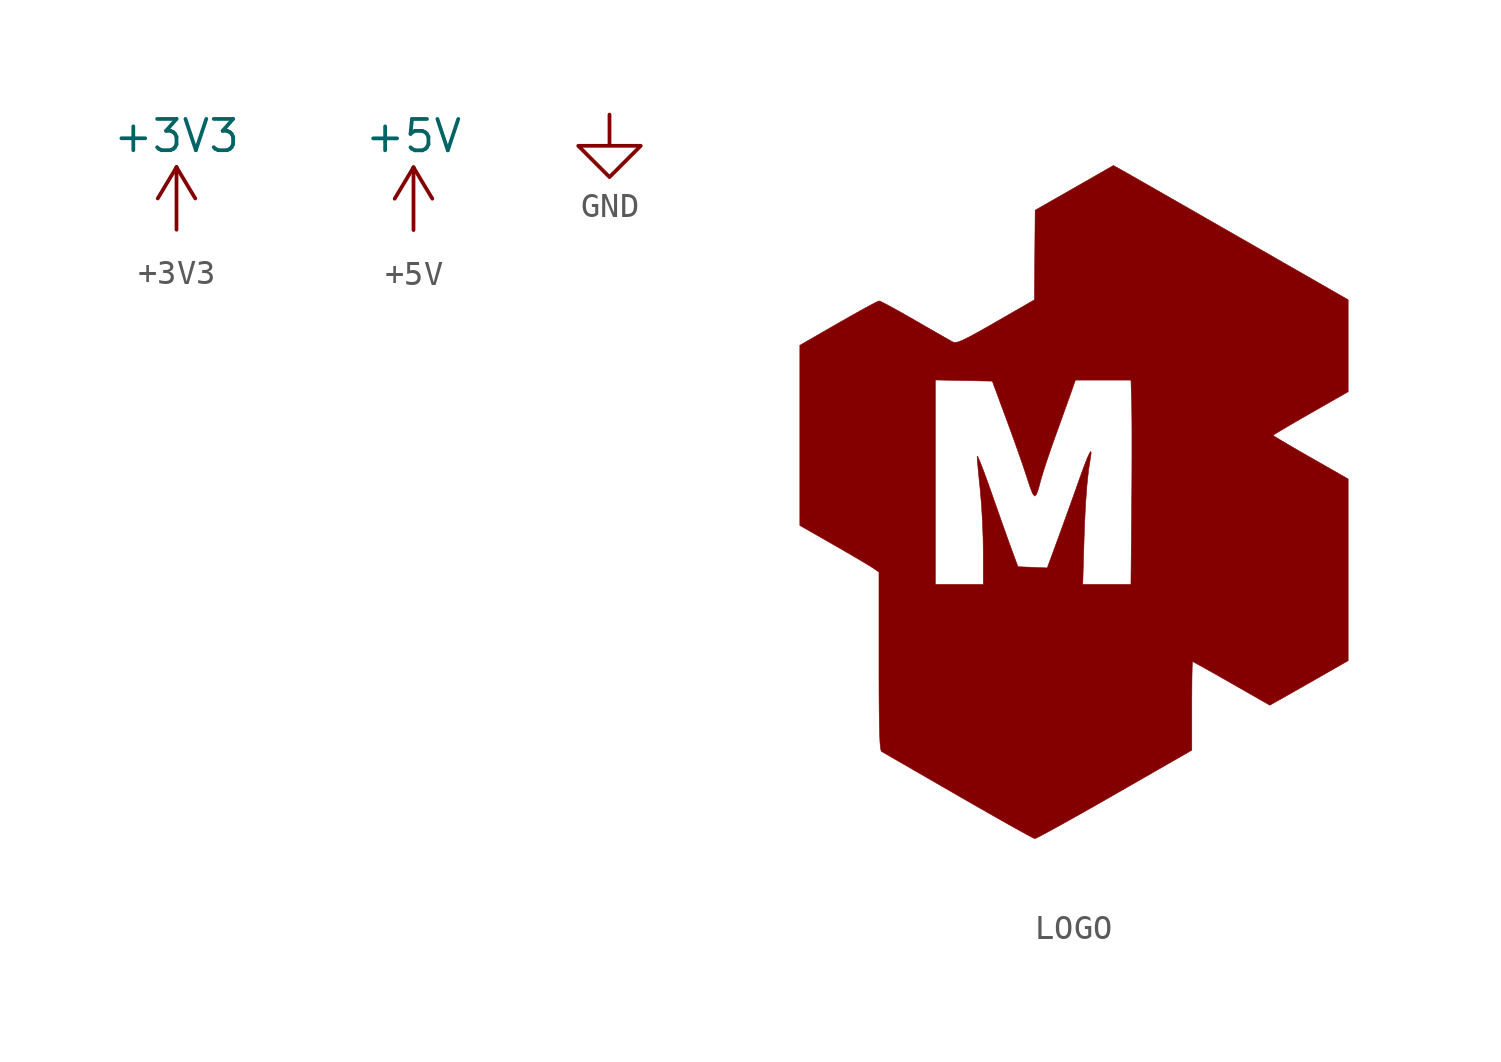
<source format=kicad_sym>
(kicad_symbol_lib
  (version 20211014)
  (generator kicad_symbol_editor)
  (symbol "+3V3"
    (power)
    (pin_numbers hide)
    (pin_names
      (offset 0) hide)
    (property "Reference" "#PWR03"
      (at 0 -3.81 0)
      (effects (font (size 1.27 1.27)) hide))
    (property "Value" "+3V3"
      (at 0 3.81 0)
      (effects (font (size 1.27 1.27))))
    (symbol "+3V3_0_1"
      (polyline (pts (xy -0.762 1.27) (xy 0 2.54)) (stroke (width 0) (type default) (color 0 0 0 0)) (fill (type none)))
      (polyline (pts (xy 0 0) (xy 0 2.54)) (stroke (width 0) (type default) (color 0 0 0 0)) (fill (type none)))
      (polyline (pts (xy 0 2.54) (xy 0.762 1.27)) (stroke (width 0) (type default) (color 0 0 0 0)) (fill (type none))))
    (symbol "+3V3_1_1"
      (pin power_in line (at 0 0 90) (length 0) hide (name "+3V3" (effects (font (size 1.27 1.27)))) (number "1" (effects (font (size 1.27 1.27)))))))
  (symbol "+5V"
    (power)
    (pin_numbers hide)
    (pin_names
      (offset 0) hide)
    (property "Reference" "#PWR04"
      (at 0 -3.81 0)
      (effects (font (size 1.27 1.27)) hide))
    (property "Value" "+5V"
      (at 0 3.81 0)
      (effects (font (size 1.27 1.27))))
    (symbol "+5V_0_1"
      (polyline (pts (xy -0.762 1.27) (xy 0 2.54)) (stroke (width 0) (type default) (color 0 0 0 0)) (fill (type none)))
      (polyline (pts (xy 0 0) (xy 0 2.54)) (stroke (width 0) (type default) (color 0 0 0 0)) (fill (type none)))
      (polyline (pts (xy 0 2.54) (xy 0.762 1.27)) (stroke (width 0) (type default) (color 0 0 0 0)) (fill (type none))))
    (symbol "+5V_1_1"
      (pin power_in line (at 0 0 90) (length 0) hide (name "+5V" (effects (font (size 1.27 1.27)))) (number "1" (effects (font (size 1.27 1.27)))))))
  (symbol "GND"
    (power)
    (pin_numbers hide)
    (pin_names
      (offset 0) hide)
    (property "Reference" "#PWR010"
      (at 0 -6.35 0)
      (effects (font (size 1.27 1.27)) hide))
    (symbol "GND_0_1"
      (polyline (pts (xy 0 0) (xy 0 -1.27) (xy 1.27 -1.27) (xy 0 -2.54) (xy -1.27 -1.27) (xy 0 -1.27)) (stroke (width 0) (type default) (color 0 0 0 0)) (fill (type none))))
    (symbol "GND_1_1"
      (pin power_in line (at 0 0 270) (length 0) hide (name "GND" (effects (font (size 1.27 1.27)))) (number "1" (effects (font (size 1.27 1.27)))))))
  (symbol "LOGO"
    (pin_names
      (offset 1.016))
    (property "Reference" "#G"
      (at 0 13.928 0)
      (effects (font (size 1.27 1.27)) hide))
    (symbol "LOGO_0_0"
      (polyline (pts (xy 0.012 -14.544) (xy 0.181 -14.46) (xy 0.473 -14.304) (xy 0.872 -14.087) (xy 1.36 -13.815) (xy 1.924 -13.499) (xy 2.547 -13.146) (xy 3.214 -12.765) (xy 6.35 -10.967) (xy 6.35 -9.167) (xy 6.35 -8.971) (xy 6.353 -8.459) (xy 6.357 -8.017) (xy 6.364 -7.672) (xy 6.372 -7.447) (xy 6.382 -7.366) (xy 6.393 -7.37) (xy 6.516 -7.436) (xy 6.757 -7.569) (xy 7.094 -7.757) (xy 7.504 -7.989) (xy 7.966 -8.252) (xy 9.518 -9.139) (xy 9.878 -8.937) (xy 9.98 -8.88) (xy 10.249 -8.728) (xy 10.61 -8.523) (xy 11.028 -8.285) (xy 11.469 -8.034) (xy 12.7 -7.331) (xy 12.7 0.049) (xy 11.176 0.92) (xy 11.042 0.996) (xy 10.599 1.251) (xy 10.217 1.474) (xy 9.918 1.651) (xy 9.722 1.771) (xy 9.652 1.82) (xy 9.658 1.826) (xy 9.766 1.897) (xy 9.993 2.034) (xy 10.319 2.226) (xy 10.72 2.459) (xy 11.176 2.721) (xy 12.7 3.591) (xy 12.7 7.326) (xy 8.319 9.838) (xy 7.607 10.246) (xy 6.835 10.688) (xy 6.111 11.103) (xy 5.448 11.482) (xy 4.861 11.818) (xy 4.363 12.103) (xy 3.97 12.328) (xy 3.695 12.484) (xy 3.552 12.565) (xy 3.168 12.78) (xy 1.579 11.872) (xy -0.01 10.964) (xy -0.042 7.324) (xy -1.609 6.423) (xy -1.897 6.257) (xy -2.365 5.994) (xy -2.716 5.804) (xy -2.971 5.68) (xy -3.148 5.612) (xy -3.266 5.591) (xy -3.344 5.609) (xy -3.462 5.673) (xy -3.703 5.809) (xy -4.038 6.001) (xy -4.441 6.232) (xy -4.886 6.489) (xy -5.322 6.738) (xy -5.711 6.956) (xy -6.028 7.128) (xy -6.248 7.241) (xy -6.347 7.281) (xy -6.364 7.276) (xy -6.506 7.21) (xy -6.764 7.074) (xy -7.114 6.882) (xy -7.534 6.646) (xy -8.002 6.38) (xy -9.567 5.478) (xy -9.567 4.069) (xy -4.064 4.069) (xy -1.752 4.022) (xy -1.172 2.455) (xy -1 1.986) (xy -0.796 1.42) (xy -0.606 0.88) (xy -0.444 0.409) (xy -0.327 0.053) (xy -0.218 -0.281) (xy -0.116 -0.543) (xy -0.035 -0.645) (xy 0.038 -0.588) (xy 0.117 -0.374) (xy 0.217 -0.005) (xy 0.246 0.101) (xy 0.345 0.425) (xy 0.483 0.844) (xy 0.644 1.318) (xy 0.817 1.802) (xy 0.899 2.03) (xy 1.072 2.51) (xy 1.232 2.955) (xy 1.364 3.325) (xy 1.454 3.577) (xy 1.624 4.064) (xy 3.88 4.064) (xy 3.909 3.069) (xy 3.913 2.811) (xy 3.918 2.37) (xy 3.92 1.81) (xy 3.92 1.157) (xy 3.918 0.44) (xy 3.914 -0.315) (xy 3.908 -1.079) (xy 3.879 -4.233) (xy 1.922 -4.233) (xy 1.975 -2.434) (xy 1.995 -1.84) (xy 2.036 -0.97) (xy 2.091 -0.229) (xy 2.159 0.409) (xy 2.245 0.971) (xy 2.262 1.09) (xy 2.253 1.171) (xy 2.198 1.1) (xy 2.099 0.884) (xy 1.96 0.529) (xy 1.785 0.042) (xy 1.747 -0.066) (xy 1.572 -0.56) (xy 1.366 -1.133) (xy 1.153 -1.724) (xy 0.955 -2.268) (xy 0.48 -3.563) (xy -0.114 -3.538) (xy -0.707 -3.514) (xy -0.959 -2.836) (xy -0.961 -2.829) (xy -1.071 -2.529) (xy -1.221 -2.108) (xy -1.4 -1.606) (xy -1.592 -1.06) (xy -1.786 -0.508) (xy -1.844 -0.341) (xy -2.01 0.12) (xy -2.152 0.502) (xy -2.265 0.785) (xy -2.339 0.949) (xy -2.366 0.974) (xy -2.366 0.948) (xy -2.354 0.762) (xy -2.328 0.455) (xy -2.29 0.062) (xy -2.244 -0.381) (xy -2.238 -0.445) (xy -2.191 -1.007) (xy -2.153 -1.653) (xy -2.127 -2.309) (xy -2.118 -2.9) (xy -2.117 -4.233) (xy -4.064 -4.233) (xy -4.064 4.069) (xy -9.567 4.069) (xy -9.567 -1.839) (xy -8.191 -2.626) (xy -7.772 -2.867) (xy -7.353 -3.111) (xy -6.996 -3.321) (xy -6.731 -3.481) (xy -6.584 -3.574) (xy -6.353 -3.735) (xy -6.353 -7.345) (xy -6.353 -7.794) (xy -6.351 -8.638) (xy -6.346 -9.33) (xy -6.339 -9.884) (xy -6.328 -10.312) (xy -6.314 -10.627) (xy -6.295 -10.842) (xy -6.273 -10.968) (xy -6.246 -11.019) (xy -6.224 -11.032) (xy -6.074 -11.119) (xy -5.8 -11.277) (xy -5.418 -11.497) (xy -4.944 -11.771) (xy -4.395 -12.088) (xy -3.786 -12.44) (xy -3.133 -12.816) (xy -2.857 -12.975) (xy -2.221 -13.34) (xy -1.635 -13.673) (xy -1.117 -13.966) (xy -0.68 -14.21) (xy -0.342 -14.396) (xy -0.118 -14.514) (xy -0.025 -14.557) (xy 0.012 -14.544)) (stroke (width 0.01) (type default) (color 0 0 0 0)) (fill (type outline))))))
</source>
